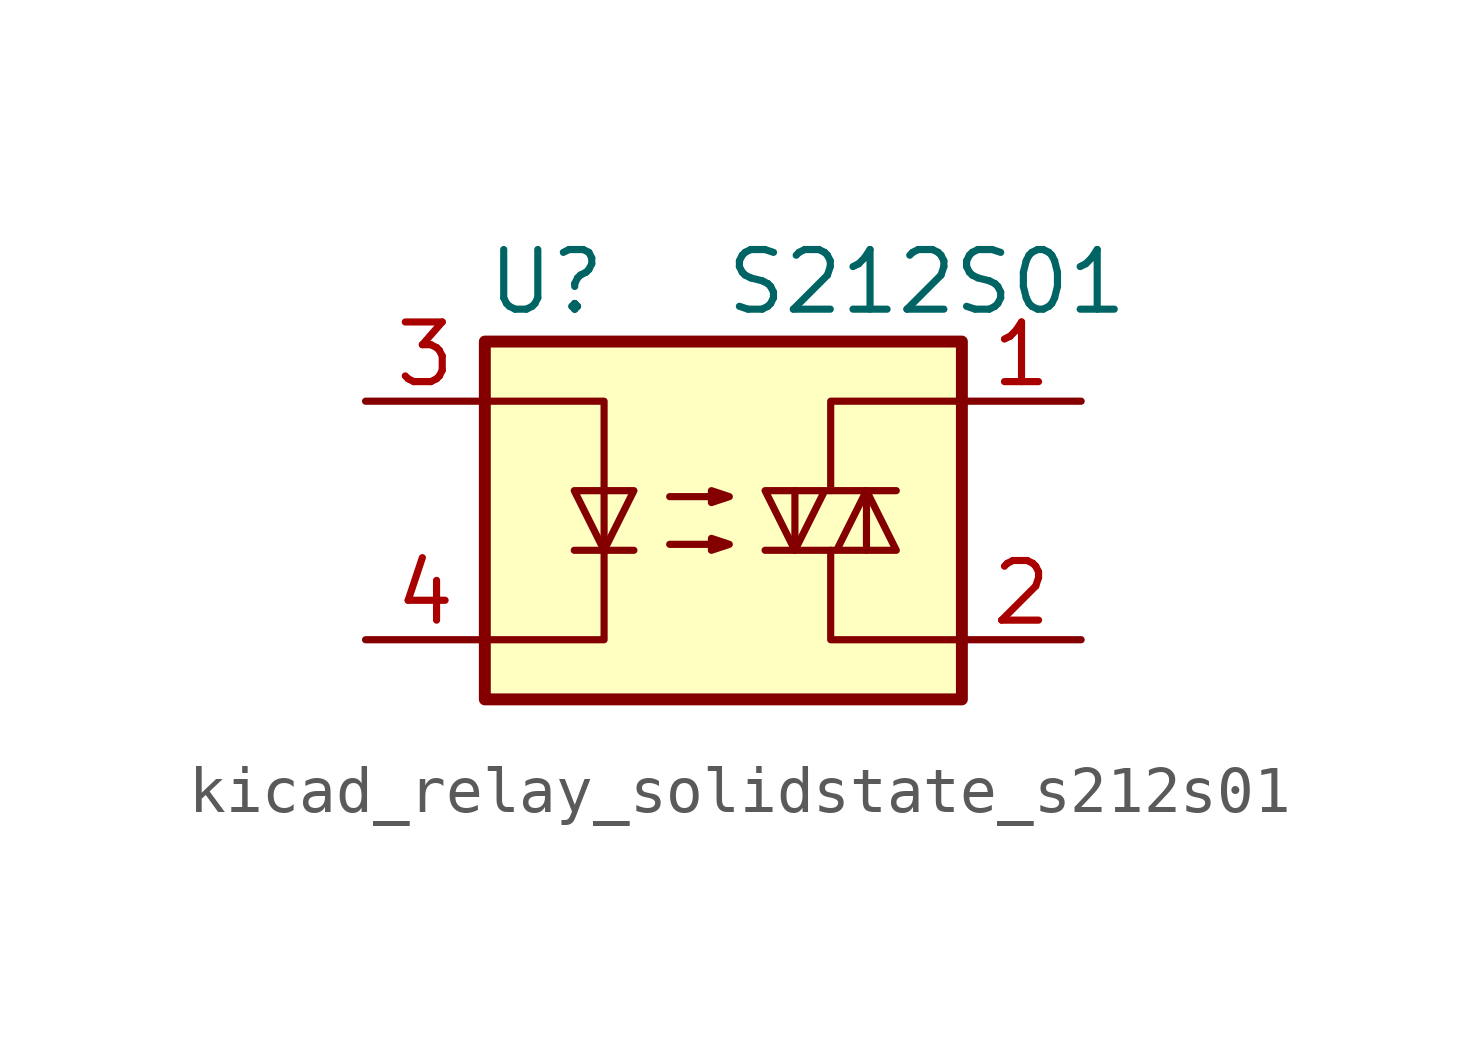
<source format=kicad_sym>
(kicad_symbol_lib
  (version 20220914)
  (generator kicad_symbol_editor)
  (symbol "kicad_relay_solidstate_s212s01"
    (property "Reference" "U"
      (at -5.08 5.08 0)
      (effects (font (size 1.27 1.27)) (justify left)))
    (property "Value" "S212S01"
      (at 0 5.08 0)
      (effects (font (size 1.27 1.27)) (justify left)))
    (symbol "kicad_relay_solidstate_s212s01_0_1"
      (rectangle (start -5.08 3.81) (end 5.08 -3.81) (stroke (width 0.254) (type default)) (fill (type background)))
      (polyline (pts (xy -3.175 -0.635) (xy -1.905 -0.635)) (stroke (width 0) (type default)) (fill (type none)))
      (polyline (pts (xy 1.524 -0.635) (xy 1.524 0.635)) (stroke (width 0) (type default)) (fill (type none)))
      (polyline (pts (xy 3.048 0.635) (xy 3.048 -0.635)) (stroke (width 0) (type default)) (fill (type none)))
      (polyline (pts (xy 2.286 -0.635) (xy 2.286 -2.54) (xy 5.08 -2.54)) (stroke (width 0) (type default)) (fill (type none)))
      (polyline (pts (xy 2.286 0.635) (xy 2.286 2.54) (xy 5.08 2.54)) (stroke (width 0) (type default)) (fill (type none)))
      (polyline (pts (xy -5.08 2.54) (xy -2.54 2.54) (xy -2.54 -2.54) (xy -5.08 -2.54)) (stroke (width 0) (type default)) (fill (type none)))
      (polyline (pts (xy -2.54 -0.635) (xy -3.175 0.635) (xy -1.905 0.635) (xy -2.54 -0.635)) (stroke (width 0) (type default)) (fill (type none)))
      (polyline (pts (xy 0.889 -0.635) (xy 3.683 -0.635) (xy 3.048 0.635) (xy 2.413 -0.635)) (stroke (width 0) (type default)) (fill (type none)))
      (polyline (pts (xy 3.683 0.635) (xy 0.889 0.635) (xy 1.524 -0.635) (xy 2.159 0.635)) (stroke (width 0) (type default)) (fill (type none)))
      (polyline (pts (xy -1.143 -0.508) (xy 0.127 -0.508) (xy -0.254 -0.635) (xy -0.254 -0.381) (xy 0.127 -0.508)) (stroke (width 0) (type default)) (fill (type none)))
      (polyline (pts (xy -1.143 0.508) (xy 0.127 0.508) (xy -0.254 0.381) (xy -0.254 0.635) (xy 0.127 0.508)) (stroke (width 0) (type default)) (fill (type none))))
    (symbol "kicad_relay_solidstate_s212s01_1_1"
      (pin passive line (at 7.62 2.54 180) (length 2.54) (name "~" (effects (font (size 1.27 1.27)))) (number "1" (effects (font (size 1.27 1.27)))))
      (pin passive line (at 7.62 -2.54 180) (length 2.54) (name "~" (effects (font (size 1.27 1.27)))) (number "2" (effects (font (size 1.27 1.27)))))
      (pin passive line (at -7.62 2.54 0) (length 2.54) (name "~" (effects (font (size 1.27 1.27)))) (number "3" (effects (font (size 1.27 1.27)))))
      (pin passive line (at -7.62 -2.54 0) (length 2.54) (name "~" (effects (font (size 1.27 1.27)))) (number "4" (effects (font (size 1.27 1.27))))))))
</source>
